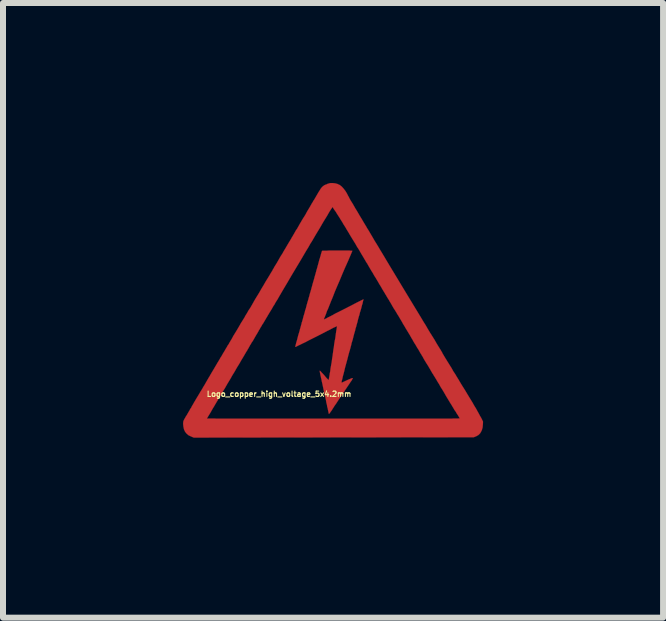
<source format=kicad_pcb>
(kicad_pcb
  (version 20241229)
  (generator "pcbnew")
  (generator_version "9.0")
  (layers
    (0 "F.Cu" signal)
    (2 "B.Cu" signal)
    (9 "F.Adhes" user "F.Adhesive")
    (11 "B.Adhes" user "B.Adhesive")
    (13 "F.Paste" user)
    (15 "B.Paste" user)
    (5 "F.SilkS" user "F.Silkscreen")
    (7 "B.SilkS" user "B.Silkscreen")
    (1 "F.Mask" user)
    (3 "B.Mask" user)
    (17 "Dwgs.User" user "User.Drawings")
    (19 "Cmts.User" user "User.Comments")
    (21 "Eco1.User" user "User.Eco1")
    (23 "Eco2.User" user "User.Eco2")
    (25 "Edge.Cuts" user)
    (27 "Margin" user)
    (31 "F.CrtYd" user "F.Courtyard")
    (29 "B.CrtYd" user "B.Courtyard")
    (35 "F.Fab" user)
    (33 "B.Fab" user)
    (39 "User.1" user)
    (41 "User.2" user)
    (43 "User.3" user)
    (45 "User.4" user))
  (footprint "Logo_copper_high_voltage_5x4.2mm"
    (layer "F.Cu")
    (at 2.501 2.117)
    (property "Reference" "Logo_copper_high_voltage_5x4.2mm" (at -0.9 1.4 0) (layer "F.SilkS") (effects (font (size 0.089 0.089) (thickness 0.018))))
    (attr exclude_from_pos_files exclude_from_bom)
    (fp_poly (pts (xy 0.508 -0.178) (xy 0.505 -0.173) (xy 0.503 -0.16) (xy 0.498 -0.142) (xy 0.493 -0.119) (xy 0.493 -0.114) (xy 0.483 -0.084) (xy 0.475 -0.051) (xy 0.465 -0.013) (xy 0.455 0.018) (xy 0.455 0.02) (xy 0.447 0.043) (xy 0.442 0.066) (xy 0.437 0.086) (xy 0.429 0.109) (xy 0.422 0.135) (xy 0.414 0.165) (xy 0.406 0.201) (xy 0.394 0.241) (xy 0.381 0.292) (xy 0.378 0.295) (xy 0.366 0.348) (xy 0.353 0.391) (xy 0.343 0.429) (xy 0.335 0.46) (xy 0.328 0.49) (xy 0.32 0.516) (xy 0.312 0.541) (xy 0.305 0.566) (xy 0.305 0.572) (xy 0.297 0.602) (xy 0.29 0.63) (xy 0.282 0.658) (xy 0.277 0.678) (xy 0.274 0.683) (xy 0.254 0.757) (xy 0.236 0.828) (xy 0.218 0.894) (xy 0.201 0.955) (xy 0.188 1.011) (xy 0.175 1.062) (xy 0.163 1.105) (xy 0.155 1.143) (xy 0.147 1.173) (xy 0.142 1.194) (xy 0.142 1.206) (xy 0.142 1.209) (xy 0.147 1.209) (xy 0.16 1.204) (xy 0.18 1.194) (xy 0.203 1.184) (xy 0.226 1.173) (xy 0.259 1.158) (xy 0.284 1.148) (xy 0.302 1.14) (xy 0.315 1.135) (xy 0.325 1.135) (xy 0.328 1.135) (xy 0.33 1.135) (xy 0.33 1.138) (xy 0.328 1.14) (xy 0.325 1.146) (xy 0.32 1.153) (xy 0.315 1.166) (xy 0.305 1.181) (xy 0.29 1.201) (xy 0.272 1.229) (xy 0.251 1.26) (xy 0.224 1.3) (xy 0.193 1.346) (xy 0.188 1.356) (xy 0.16 1.397) (xy 0.13 1.44) (xy 0.099 1.486) (xy 0.071 1.529) (xy 0.046 1.567) (xy 0.02 1.603) (xy 0.015 1.613) (xy -0.008 1.648) (xy -0.025 1.676) (xy -0.041 1.697) (xy -0.051 1.712) (xy -0.058 1.722) (xy -0.064 1.727) (xy -0.069 1.73) (xy -0.071 1.727) (xy -0.074 1.72) (xy -0.076 1.704) (xy -0.081 1.684) (xy -0.086 1.659) (xy -0.089 1.641) (xy -0.097 1.615) (xy -0.102 1.582) (xy -0.112 1.542) (xy -0.119 1.499) (xy -0.13 1.453) (xy -0.14 1.407) (xy -0.145 1.389) (xy -0.155 1.341) (xy -0.165 1.293) (xy -0.175 1.245) (xy -0.185 1.201) (xy -0.193 1.161) (xy -0.201 1.128) (xy -0.206 1.102) (xy -0.208 1.097) (xy -0.213 1.069) (xy -0.218 1.046) (xy -0.221 1.026) (xy -0.224 1.016) (xy -0.224 1.013) (xy -0.218 1.013) (xy -0.213 1.016) (xy -0.203 1.026) (xy -0.191 1.041) (xy -0.17 1.062) (xy -0.147 1.087) (xy -0.122 1.118) (xy -0.104 1.138) (xy -0.089 1.153) (xy -0.081 1.161) (xy -0.074 1.166) (xy -0.071 1.166) (xy -0.071 1.161) (xy -0.069 1.146) (xy -0.066 1.125) (xy -0.061 1.1) (xy -0.056 1.069) (xy -0.056 1.062) (xy -0.048 1.024) (xy -0.043 0.98) (xy -0.036 0.94) (xy -0.03 0.904) (xy -0.025 0.879) (xy -0.02 0.846) (xy -0.015 0.805) (xy -0.008 0.765) (xy -0.003 0.724) (xy 0 0.704) (xy 0.005 0.663) (xy 0.013 0.62) (xy 0.018 0.574) (xy 0.025 0.531) (xy 0.028 0.513) (xy 0.036 0.475) (xy 0.041 0.437) (xy 0.046 0.399) (xy 0.051 0.366) (xy 0.053 0.348) (xy 0.058 0.323) (xy 0.061 0.3) (xy 0.064 0.284) (xy 0.066 0.277) (xy 0.066 0.274) (xy 0.066 0.272) (xy 0.061 0.272) (xy 0.056 0.274) (xy 0.043 0.279) (xy 0.025 0.287) (xy 0.003 0.297) (xy -0.025 0.312) (xy -0.064 0.333) (xy -0.086 0.343) (xy -0.178 0.391) (xy -0.262 0.434) (xy -0.338 0.472) (xy -0.404 0.505) (xy -0.462 0.536) (xy -0.511 0.559) (xy -0.551 0.579) (xy -0.584 0.594) (xy -0.607 0.607) (xy -0.622 0.612) (xy -0.63 0.615) (xy -0.63 0.607) (xy -0.625 0.592) (xy -0.62 0.569) (xy -0.612 0.538) (xy -0.602 0.505) (xy -0.592 0.467) (xy -0.582 0.427) (xy -0.569 0.384) (xy -0.559 0.351) (xy -0.551 0.318) (xy -0.541 0.284) (xy -0.533 0.254) (xy -0.526 0.229) (xy -0.523 0.213) (xy -0.516 0.193) (xy -0.508 0.165) (xy -0.5 0.135) (xy -0.493 0.107) (xy -0.483 0.074) (xy -0.472 0.038) (xy -0.465 0.005) (xy -0.457 -0.015) (xy -0.45 -0.041) (xy -0.442 -0.074) (xy -0.432 -0.109) (xy -0.422 -0.145) (xy -0.414 -0.17) (xy -0.406 -0.201) (xy -0.396 -0.234) (xy -0.389 -0.264) (xy -0.381 -0.29) (xy -0.376 -0.305) (xy -0.373 -0.318) (xy -0.366 -0.34) (xy -0.358 -0.371) (xy -0.348 -0.406) (xy -0.338 -0.445) (xy -0.325 -0.488) (xy -0.312 -0.533) (xy -0.307 -0.554) (xy -0.292 -0.605) (xy -0.279 -0.655) (xy -0.264 -0.706) (xy -0.251 -0.754) (xy -0.239 -0.798) (xy -0.229 -0.838) (xy -0.218 -0.869) (xy -0.218 -0.874) (xy -0.208 -0.904) (xy -0.201 -0.932) (xy -0.193 -0.958) (xy -0.188 -0.975) (xy -0.183 -0.986) (xy -0.175 -0.988) (xy -0.163 -0.988) (xy -0.14 -0.988) (xy -0.109 -0.988) (xy -0.076 -0.991) (xy -0.038 -0.991) (xy 0 -0.991) (xy 0.043 -0.991) (xy 0.086 -0.991) (xy 0.132 -0.991) (xy 0.173 -0.991) (xy 0.211 -0.991) (xy 0.246 -0.991) (xy 0.274 -0.991) (xy 0.297 -0.988) (xy 0.312 -0.988) (xy 0.32 -0.988) (xy 0.32 -0.983) (xy 0.315 -0.97) (xy 0.307 -0.953) (xy 0.3 -0.935) (xy 0.251 -0.82) (xy 0.201 -0.709) (xy 0.155 -0.602) (xy 0.112 -0.498) (xy 0.069 -0.399) (xy 0.03 -0.307) (xy -0.003 -0.221) (xy -0.036 -0.142) (xy -0.064 -0.071) (xy -0.089 -0.008) (xy -0.097 0.005) (xy -0.109 0.038) (xy -0.119 0.069) (xy -0.13 0.094) (xy -0.137 0.114) (xy -0.145 0.13) (xy -0.145 0.132) (xy -0.15 0.145) (xy -0.152 0.155) (xy -0.152 0.157) (xy -0.147 0.155) (xy -0.135 0.15) (xy -0.114 0.14) (xy -0.086 0.124) (xy -0.051 0.107) (xy -0.01 0.086) (xy 0.033 0.061) (xy 0.084 0.036) (xy 0.14 0.008) (xy 0.201 -0.023) (xy 0.211 -0.028) (xy 0.259 -0.053) (xy 0.305 -0.076) (xy 0.348 -0.099) (xy 0.386 -0.119) (xy 0.422 -0.137) (xy 0.452 -0.152) (xy 0.478 -0.165) (xy 0.495 -0.173) (xy 0.505 -0.178) (xy 0.508 -0.178)) (stroke (width 0.003) (type solid)) (fill yes) (layer "F.Cu"))
    (fp_poly (pts (xy 2.499 1.859) (xy 2.497 1.91) (xy 2.492 1.958) (xy 2.479 2.004) (xy 2.459 2.042) (xy 2.449 2.057) (xy 2.436 2.07) (xy 2.423 2.083) (xy 2.405 2.093) (xy 2.388 2.103) (xy 2.344 2.121) (xy 2.111 2.121) (xy 2.111 1.803) (xy 2.106 1.796) (xy 2.098 1.783) (xy 2.088 1.765) (xy 2.073 1.742) (xy 2.065 1.73) (xy 2.055 1.714) (xy 2.05 1.704) (xy 2.042 1.692) (xy 2.035 1.681) (xy 2.027 1.671) (xy 2.019 1.659) (xy 2.012 1.646) (xy 2.002 1.628) (xy 1.989 1.608) (xy 1.976 1.585) (xy 1.958 1.557) (xy 1.938 1.524) (xy 1.915 1.486) (xy 1.887 1.44) (xy 1.857 1.387) (xy 1.824 1.331) (xy 1.793 1.283) (xy 1.768 1.237) (xy 1.742 1.196) (xy 1.72 1.158) (xy 1.699 1.123) (xy 1.681 1.095) (xy 1.669 1.074) (xy 1.659 1.059) (xy 1.654 1.052) (xy 1.648 1.041) (xy 1.638 1.024) (xy 1.626 1.003) (xy 1.61 0.975) (xy 1.593 0.947) (xy 1.585 0.932) (xy 1.562 0.897) (xy 1.539 0.859) (xy 1.514 0.818) (xy 1.494 0.78) (xy 1.473 0.747) (xy 1.473 0.744) (xy 1.453 0.714) (xy 1.435 0.681) (xy 1.417 0.65) (xy 1.4 0.625) (xy 1.389 0.605) (xy 1.377 0.584) (xy 1.359 0.556) (xy 1.341 0.526) (xy 1.323 0.493) (xy 1.303 0.46) (xy 1.283 0.424) (xy 1.26 0.386) (xy 1.234 0.343) (xy 1.209 0.302) (xy 1.189 0.267) (xy 1.168 0.234) (xy 1.146 0.193) (xy 1.12 0.15) (xy 1.095 0.107) (xy 1.069 0.066) (xy 1.059 0.048) (xy 1.036 0.01) (xy 1.011 -0.028) (xy 0.986 -0.071) (xy 0.963 -0.112) (xy 0.94 -0.15) (xy 0.932 -0.165) (xy 0.914 -0.193) (xy 0.897 -0.221) (xy 0.884 -0.244) (xy 0.871 -0.264) (xy 0.864 -0.277) (xy 0.864 -0.279) (xy 0.856 -0.29) (xy 0.846 -0.307) (xy 0.833 -0.328) (xy 0.818 -0.353) (xy 0.808 -0.371) (xy 0.792 -0.399) (xy 0.777 -0.422) (xy 0.765 -0.442) (xy 0.757 -0.457) (xy 0.752 -0.465) (xy 0.747 -0.475) (xy 0.737 -0.49) (xy 0.724 -0.513) (xy 0.709 -0.538) (xy 0.691 -0.566) (xy 0.683 -0.579) (xy 0.663 -0.615) (xy 0.638 -0.655) (xy 0.612 -0.699) (xy 0.587 -0.742) (xy 0.566 -0.78) (xy 0.564 -0.78) (xy 0.546 -0.81) (xy 0.528 -0.841) (xy 0.513 -0.866) (xy 0.5 -0.889) (xy 0.49 -0.904) (xy 0.488 -0.909) (xy 0.478 -0.925) (xy 0.465 -0.947) (xy 0.447 -0.978) (xy 0.427 -1.013) (xy 0.401 -1.052) (xy 0.376 -1.097) (xy 0.348 -1.143) (xy 0.318 -1.191) (xy 0.287 -1.242) (xy 0.259 -1.29) (xy 0.229 -1.339) (xy 0.201 -1.387) (xy 0.173 -1.43) (xy 0.15 -1.471) (xy 0.127 -1.506) (xy 0.109 -1.537) (xy 0.107 -1.539) (xy 0.086 -1.572) (xy 0.066 -1.603) (xy 0.048 -1.633) (xy 0.03 -1.659) (xy 0.013 -1.681) (xy 0.003 -1.699) (xy -0.005 -1.712) (xy -0.01 -1.717) (xy -0.013 -1.712) (xy -0.02 -1.699) (xy -0.033 -1.681) (xy -0.051 -1.654) (xy -0.071 -1.621) (xy -0.094 -1.58) (xy -0.122 -1.534) (xy -0.152 -1.486) (xy -0.185 -1.43) (xy -0.218 -1.372) (xy -0.257 -1.308) (xy -0.295 -1.245) (xy -0.335 -1.176) (xy -0.356 -1.14) (xy -0.363 -1.13) (xy -0.376 -1.11) (xy -0.389 -1.087) (xy -0.406 -1.057) (xy -0.424 -1.026) (xy -0.445 -0.993) (xy -0.528 -0.851) (xy -0.61 -0.714) (xy -0.688 -0.584) (xy -0.762 -0.457) (xy -0.836 -0.333) (xy -0.907 -0.211) (xy -0.927 -0.175) (xy -0.947 -0.145) (xy -0.965 -0.114) (xy -0.98 -0.086) (xy -0.996 -0.064) (xy -1.006 -0.046) (xy -1.008 -0.041) (xy -1.016 -0.028) (xy -1.029 -0.005) (xy -1.044 0.018) (xy -1.062 0.048) (xy -1.082 0.081) (xy -1.095 0.104) (xy -1.115 0.137) (xy -1.133 0.168) (xy -1.151 0.198) (xy -1.166 0.224) (xy -1.179 0.241) (xy -1.184 0.251) (xy -1.194 0.269) (xy -1.209 0.292) (xy -1.224 0.32) (xy -1.24 0.345) (xy -1.242 0.351) (xy -1.265 0.391) (xy -1.29 0.432) (xy -1.313 0.472) (xy -1.336 0.513) (xy -1.359 0.546) (xy -1.374 0.574) (xy -1.382 0.584) (xy -1.394 0.607) (xy -1.407 0.63) (xy -1.417 0.648) (xy -1.42 0.65) (xy -1.425 0.663) (xy -1.438 0.683) (xy -1.455 0.711) (xy -1.476 0.747) (xy -1.501 0.79) (xy -1.532 0.841) (xy -1.565 0.899) (xy -1.603 0.96) (xy -1.643 1.031) (xy -1.689 1.105) (xy -1.689 1.107) (xy -1.712 1.148) (xy -1.737 1.189) (xy -1.763 1.232) (xy -1.786 1.273) (xy -1.808 1.311) (xy -1.821 1.331) (xy -1.841 1.364) (xy -1.859 1.397) (xy -1.88 1.43) (xy -1.895 1.458) (xy -1.91 1.481) (xy -1.913 1.483) (xy -1.925 1.509) (xy -1.941 1.532) (xy -1.951 1.552) (xy -1.961 1.567) (xy -1.981 1.603) (xy -2.002 1.636) (xy -2.022 1.671) (xy -2.04 1.704) (xy -2.057 1.732) (xy -2.073 1.758) (xy -2.085 1.778) (xy -2.093 1.793) (xy -2.098 1.798) (xy -2.103 1.806) (xy -2.103 1.808) (xy -2.098 1.808) (xy -2.083 1.808) (xy -2.06 1.808) (xy -2.027 1.808) (xy -1.984 1.808) (xy -1.933 1.811) (xy -1.877 1.811) (xy -1.811 1.811) (xy -1.737 1.811) (xy -1.656 1.811) (xy -1.57 1.811) (xy -1.476 1.811) (xy -1.377 1.811) (xy -1.27 1.811) (xy -1.158 1.811) (xy -1.044 1.811) (xy -0.922 1.811) (xy -0.798 1.811) (xy -0.668 1.811) (xy -0.536 1.811) (xy -0.399 1.811) (xy -0.259 1.811) (xy -0.114 1.811) (xy 0.005 1.811) (xy 0.178 1.811) (xy 0.343 1.811) (xy 0.495 1.811) (xy 0.64 1.811) (xy 0.777 1.811) (xy 0.904 1.811) (xy 1.024 1.811) (xy 1.135 1.811) (xy 1.24 1.811) (xy 1.336 1.811) (xy 1.425 1.811) (xy 1.506 1.811) (xy 1.582 1.811) (xy 1.651 1.811) (xy 1.712 1.811) (xy 1.77 1.811) (xy 1.821 1.811) (xy 1.867 1.811) (xy 1.908 1.811) (xy 1.943 1.811) (xy 1.976 1.811) (xy 2.004 1.808) (xy 2.027 1.808) (xy 2.047 1.808) (xy 2.062 1.808) (xy 2.078 1.808) (xy 2.088 1.808) (xy 2.095 1.806) (xy 2.103 1.806) (xy 2.106 1.806) (xy 2.108 1.806) (xy 2.111 1.803) (xy 2.111 2.121) (xy 0.01 2.123) (xy -2.322 2.126) (xy -2.365 2.108) (xy -2.408 2.088) (xy -2.441 2.06) (xy -2.466 2.029) (xy -2.484 1.991) (xy -2.494 1.946) (xy -2.499 1.9) (xy -2.499 1.885) (xy -2.497 1.875) (xy -2.497 1.864) (xy -2.494 1.852) (xy -2.489 1.839) (xy -2.482 1.824) (xy -2.469 1.803) (xy -2.456 1.778) (xy -2.436 1.748) (xy -2.426 1.73) (xy -2.41 1.702) (xy -2.393 1.674) (xy -2.38 1.648) (xy -2.367 1.631) (xy -2.36 1.618) (xy -2.352 1.6) (xy -2.337 1.577) (xy -2.322 1.549) (xy -2.304 1.519) (xy -2.283 1.483) (xy -2.263 1.45) (xy -2.243 1.417) (xy -2.24 1.412) (xy -2.228 1.392) (xy -2.215 1.369) (xy -2.197 1.341) (xy -2.179 1.311) (xy -2.162 1.28) (xy -2.141 1.247) (xy -2.118 1.206) (xy -2.095 1.166) (xy -2.073 1.128) (xy -2.057 1.102) (xy -2.04 1.072) (xy -2.019 1.036) (xy -1.999 1.003) (xy -1.981 0.973) (xy -1.968 0.95) (xy -1.953 0.925) (xy -1.935 0.894) (xy -1.915 0.861) (xy -1.895 0.828) (xy -1.877 0.795) (xy -1.857 0.765) (xy -1.839 0.732) (xy -1.819 0.699) (xy -1.803 0.673) (xy -1.791 0.65) (xy -1.783 0.638) (xy -1.775 0.625) (xy -1.765 0.607) (xy -1.755 0.589) (xy -1.74 0.569) (xy -1.725 0.541) (xy -1.707 0.511) (xy -1.687 0.478) (xy -1.664 0.434) (xy -1.636 0.389) (xy -1.603 0.335) (xy -1.567 0.274) (xy -1.527 0.203) (xy -1.524 0.201) (xy -1.501 0.163) (xy -1.478 0.127) (xy -1.458 0.089) (xy -1.438 0.058) (xy -1.422 0.03) (xy -1.41 0.008) (xy -1.405 0) (xy -1.394 -0.015) (xy -1.379 -0.038) (xy -1.361 -0.069) (xy -1.341 -0.104) (xy -1.321 -0.14) (xy -1.298 -0.18) (xy -1.278 -0.213) (xy -1.234 -0.284) (xy -1.196 -0.351) (xy -1.158 -0.414) (xy -1.123 -0.475) (xy -1.09 -0.528) (xy -1.059 -0.579) (xy -1.034 -0.622) (xy -1.013 -0.655) (xy -1.003 -0.676) (xy -0.993 -0.691) (xy -0.98 -0.716) (xy -0.963 -0.744) (xy -0.94 -0.78) (xy -0.917 -0.82) (xy -0.894 -0.861) (xy -0.869 -0.904) (xy -0.848 -0.935) (xy -0.823 -0.98) (xy -0.795 -1.026) (xy -0.77 -1.069) (xy -0.744 -1.113) (xy -0.721 -1.151) (xy -0.701 -1.184) (xy -0.686 -1.212) (xy -0.678 -1.224) (xy -0.66 -1.255) (xy -0.64 -1.29) (xy -0.62 -1.326) (xy -0.599 -1.356) (xy -0.589 -1.374) (xy -0.574 -1.4) (xy -0.556 -1.433) (xy -0.536 -1.466) (xy -0.516 -1.501) (xy -0.5 -1.527) (xy -0.462 -1.587) (xy -0.432 -1.643) (xy -0.401 -1.694) (xy -0.376 -1.737) (xy -0.356 -1.773) (xy -0.338 -1.801) (xy -0.328 -1.821) (xy -0.32 -1.831) (xy -0.312 -1.844) (xy -0.3 -1.864) (xy -0.287 -1.887) (xy -0.272 -1.913) (xy -0.269 -1.918) (xy -0.246 -1.958) (xy -0.226 -1.989) (xy -0.211 -2.014) (xy -0.196 -2.035) (xy -0.183 -2.05) (xy -0.17 -2.062) (xy -0.155 -2.073) (xy -0.14 -2.083) (xy -0.122 -2.09) (xy -0.099 -2.098) (xy -0.097 -2.101) (xy -0.074 -2.108) (xy -0.058 -2.113) (xy -0.043 -2.116) (xy -0.028 -2.116) (xy -0.005 -2.116) (xy 0.036 -2.111) (xy 0.074 -2.101) (xy 0.112 -2.083) (xy 0.145 -2.057) (xy 0.175 -2.024) (xy 0.206 -1.984) (xy 0.236 -1.933) (xy 0.251 -1.902) (xy 0.259 -1.89) (xy 0.269 -1.869) (xy 0.284 -1.841) (xy 0.302 -1.811) (xy 0.325 -1.775) (xy 0.348 -1.735) (xy 0.371 -1.694) (xy 0.396 -1.654) (xy 0.422 -1.61) (xy 0.445 -1.57) (xy 0.467 -1.534) (xy 0.475 -1.521) (xy 0.488 -1.499) (xy 0.503 -1.473) (xy 0.521 -1.443) (xy 0.541 -1.41) (xy 0.561 -1.377) (xy 0.561 -1.374) (xy 0.589 -1.331) (xy 0.62 -1.278) (xy 0.655 -1.219) (xy 0.693 -1.153) (xy 0.739 -1.079) (xy 0.787 -0.998) (xy 0.838 -0.914) (xy 0.892 -0.823) (xy 0.95 -0.726) (xy 1.011 -0.625) (xy 1.074 -0.521) (xy 1.14 -0.411) (xy 1.209 -0.297) (xy 1.278 -0.183) (xy 1.349 -0.066) (xy 1.42 0.051) (xy 1.438 0.081) (xy 1.471 0.135) (xy 1.504 0.191) (xy 1.542 0.251) (xy 1.577 0.312) (xy 1.615 0.376) (xy 1.654 0.437) (xy 1.692 0.498) (xy 1.725 0.556) (xy 1.758 0.61) (xy 1.788 0.658) (xy 1.814 0.701) (xy 1.826 0.726) (xy 1.869 0.798) (xy 1.908 0.861) (xy 1.943 0.917) (xy 1.976 0.97) (xy 2.004 1.021) (xy 2.035 1.067) (xy 2.062 1.113) (xy 2.09 1.158) (xy 2.118 1.206) (xy 2.146 1.252) (xy 2.197 1.333) (xy 2.243 1.41) (xy 2.283 1.476) (xy 2.322 1.539) (xy 2.352 1.593) (xy 2.383 1.643) (xy 2.408 1.689) (xy 2.431 1.73) (xy 2.451 1.768) (xy 2.469 1.798) (xy 2.499 1.859)) (stroke (width 0.003) (type solid)) (fill yes) (layer "F.Cu")))
  (gr_rect
    (start -3 -3)
    (end 8.001 7.244)
    (stroke (width 0.1) (type default))
    (fill no)
    (layer "Edge.Cuts")))
</source>
